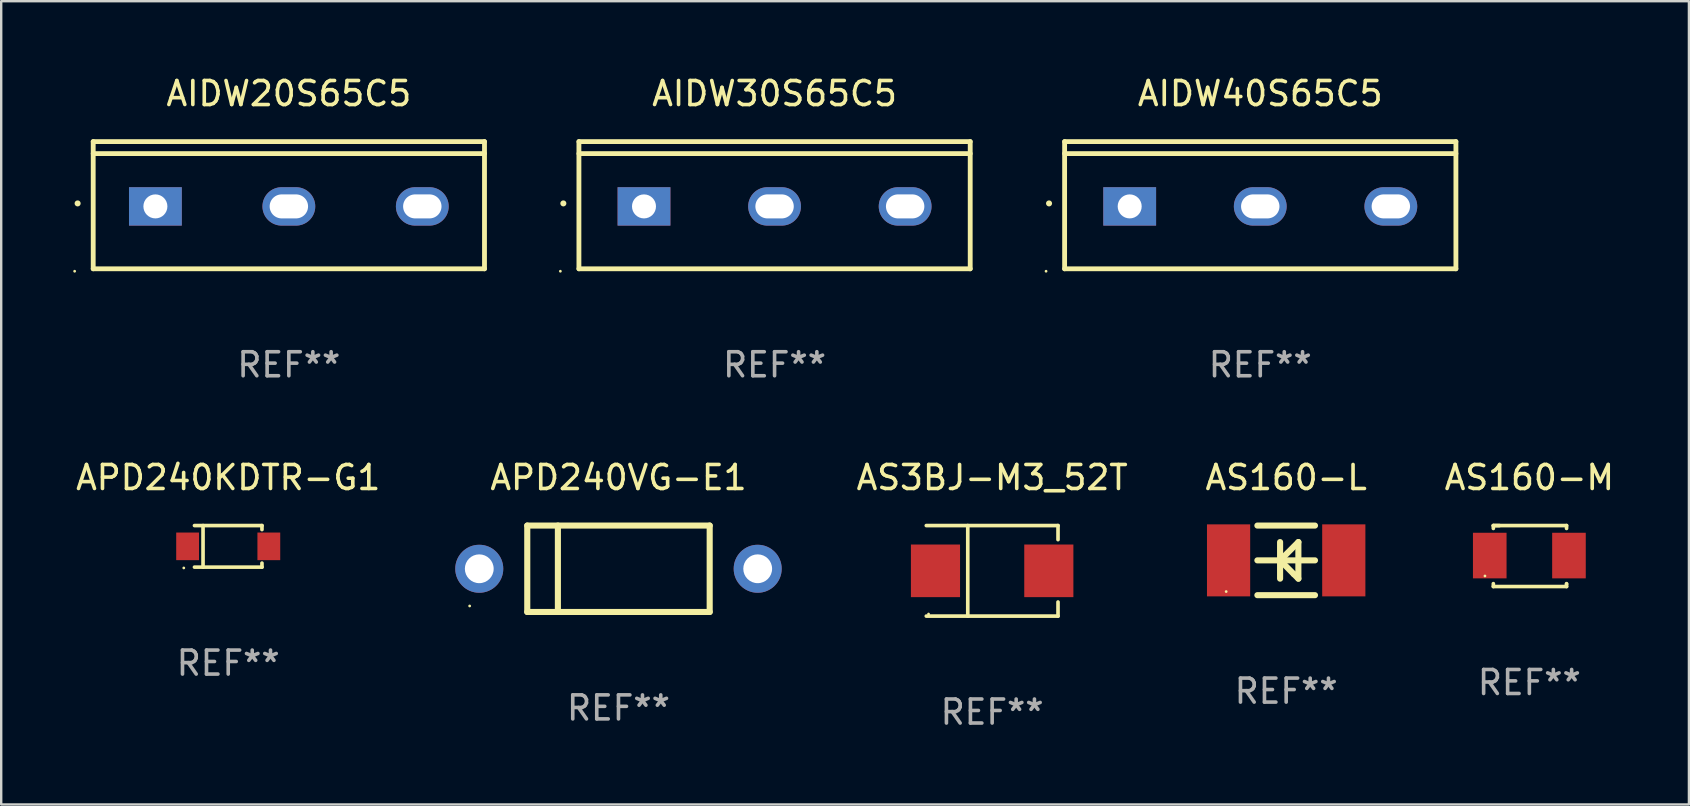
<source format=kicad_pcb>
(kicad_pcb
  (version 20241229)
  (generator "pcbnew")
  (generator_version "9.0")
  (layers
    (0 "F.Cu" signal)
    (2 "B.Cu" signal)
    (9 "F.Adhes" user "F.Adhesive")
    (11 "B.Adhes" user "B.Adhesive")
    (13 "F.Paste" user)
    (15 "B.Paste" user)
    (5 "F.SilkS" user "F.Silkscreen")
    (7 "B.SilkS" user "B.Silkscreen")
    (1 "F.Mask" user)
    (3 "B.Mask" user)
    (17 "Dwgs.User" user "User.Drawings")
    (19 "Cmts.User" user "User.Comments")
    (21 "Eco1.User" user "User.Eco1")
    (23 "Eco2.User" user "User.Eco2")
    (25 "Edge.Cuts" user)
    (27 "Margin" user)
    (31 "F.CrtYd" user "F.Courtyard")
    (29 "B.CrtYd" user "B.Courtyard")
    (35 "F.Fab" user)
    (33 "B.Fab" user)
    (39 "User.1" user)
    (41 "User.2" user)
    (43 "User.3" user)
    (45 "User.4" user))
  (footprint "AS160-M"
    (layer "F.Cu")
    (at 60.666 20.116)
    (property "Reference" "AS160-M" (at 0 -3.27 0) (layer "F.SilkS") (effects (font (size 1 1) (thickness 0.15))))
    (attr through_hole)
    (fp_line (start -1.5 -1.27) (end -1.247 -1.27) (stroke (width 0.152) (type solid)) (layer "F.SilkS"))
    (fp_line (start -1.5 -1.27) (end 1.55 -1.27) (stroke (width 0.152) (type solid)) (layer "F.SilkS"))
    (fp_line (start -1.5 -1.15) (end -1.5 -1.27) (stroke (width 0.152) (type solid)) (layer "F.SilkS"))
    (fp_line (start -1.5 1.27) (end -1.5 1.15) (stroke (width 0.152) (type solid)) (layer "F.SilkS"))
    (fp_line (start 1.55 -1.27) (end 1.55 -1.15) (stroke (width 0.152) (type solid)) (layer "F.SilkS"))
    (fp_line (start 1.55 1.15) (end 1.55 1.17) (stroke (width 0.152) (type solid)) (layer "F.SilkS"))
    (fp_line (start 1.55 1.17) (end 1.55 1.27) (stroke (width 0.152) (type solid)) (layer "F.SilkS"))
    (fp_line (start 1.55 1.27) (end -1.5 1.27) (stroke (width 0.152) (type solid)) (layer "F.SilkS"))
    (fp_circle (center -1.85 0.83) (end -1.82 0.83) (stroke (width 0.06) (type solid)) (fill no) (layer "F.SilkS"))
    (fp_text user "REF**" (at 0 5.27 0) (layer "F.Fab") (effects (font (size 1 1) (thickness 0.15))))
    (pad "1" smd rect (at -1.65 -0.02 180) (size 1.4 1.9) (layers "F.Cu" "F.Mask" "F.Paste"))
    (pad "2" smd rect (at 1.65 -0.02 180) (size 1.4 1.9) (layers "F.Cu" "F.Mask" "F.Paste")))
  (footprint "AIDW30S65C5"
    (layer "F.Cu")
    (at 29.22 5.499)
    (property "Reference" "AIDW30S65C5" (at 0 -4.65 0) (layer "F.SilkS") (effects (font (size 1 1) (thickness 0.15))))
    (attr through_hole)
    (fp_line (start -8.151 -2.65) (end -8.151 2.65) (stroke (width 0.201) (type solid)) (layer "F.SilkS"))
    (fp_line (start 8.151 -2.65) (end -8.151 -2.65) (stroke (width 0.201) (type solid)) (layer "F.SilkS"))
    (fp_line (start 8.151 -2.15) (end -8.151 -2.15) (stroke (width 0.201) (type solid)) (layer "F.SilkS"))
    (fp_line (start 8.151 2.65) (end -8.151 2.65) (stroke (width 0.201) (type solid)) (layer "F.SilkS"))
    (fp_line (start 8.151 2.65) (end 8.151 -2.65) (stroke (width 0.201) (type solid)) (layer "F.SilkS"))
    (fp_arc (start -8.801118 -0.074943) (mid -8.799848 -0.074949) (end -8.798578 -0.074943) (stroke (width 0.24892) (type solid)) (layer "F.SilkS"))
    (fp_circle (center -8.924 2.751) (end -8.894 2.751) (stroke (width 0.06) (type solid)) (fill no) (layer "F.SilkS"))
    (fp_text user "REF**" (at 0 6.65 0) (layer "F.Fab") (effects (font (size 1 1) (thickness 0.15))))
    (pad "1" thru_hole rect (at -5.44 0.05 90) (size 1.6 2.2) (drill 1) (layers "*.Cu" "*.Mask"))
    (pad "2" thru_hole oval (at 0 0.05 90) (size 1.6 2.2) (drill oval 1 1.6) (layers "*.Cu" "*.Mask"))
    (pad "3" thru_hole oval (at 5.44 0.05 90) (size 1.6 2.2) (drill oval 1 1.6) (layers "*.Cu" "*.Mask")))
  (footprint "APD240KDTR-G1"
    (layer "F.Cu")
    (at 6.458 19.712)
    (property "Reference" "APD240KDTR-G1" (at 0 -2.866 0) (layer "F.SilkS") (effects (font (size 1 1) (thickness 0.15))))
    (attr through_hole)
    (fp_line (start -1.406 -0.866) (end 1.406 -0.866) (stroke (width 0.152) (type solid)) (layer "F.SilkS"))
    (fp_line (start -1.406 0.866) (end 1.406 0.866) (stroke (width 0.152) (type solid)) (layer "F.SilkS"))
    (fp_line (start -1.049 -0.866) (end -1.049 0.866) (stroke (width 0.152) (type solid)) (layer "F.SilkS"))
    (fp_line (start 1.406 -0.866) (end 1.406 -0.698) (stroke (width 0.152) (type solid)) (layer "F.SilkS"))
    (fp_line (start 1.406 0.866) (end 1.406 0.698) (stroke (width 0.152) (type solid)) (layer "F.SilkS"))
    (fp_circle (center -1.851 0.9) (end -1.821 0.9) (stroke (width 0.06) (type solid)) (fill no) (layer "F.SilkS"))
    (fp_text user "REF**" (at 0 4.866 0) (layer "F.Fab") (effects (font (size 1 1) (thickness 0.15))))
    (pad "1" smd rect (at -1.692 0) (size 0.95 1.15) (layers "F.Cu" "F.Mask" "F.Paste"))
    (pad "2" smd rect (at 1.692 0) (size 0.95 1.15) (layers "F.Cu" "F.Mask" "F.Paste")))
  (footprint "AS3BJ-M3_52T"
    (layer "F.Cu")
    (at 38.285 20.732)
    (property "Reference" "AS3BJ-M3_52T" (at 0 -3.886 0) (layer "F.SilkS") (effects (font (size 1 1) (thickness 0.15))))
    (attr through_hole)
    (fp_line (start -2.744 -1.886) (end 2.744 -1.886) (stroke (width 0.152) (type solid)) (layer "F.SilkS"))
    (fp_line (start -2.744 1.886) (end 2.744 1.886) (stroke (width 0.152) (type solid)) (layer "F.SilkS"))
    (fp_line (start -1.016 -1.886) (end -1.016 1.886) (stroke (width 0.152) (type solid)) (layer "F.SilkS"))
    (fp_line (start 2.744 -1.886) (end 2.744 -1.299) (stroke (width 0.152) (type solid)) (layer "F.SilkS"))
    (fp_line (start 2.744 1.886) (end 2.744 1.299) (stroke (width 0.152) (type solid)) (layer "F.SilkS"))
    (fp_circle (center -2.65 1.8) (end -2.62 1.8) (stroke (width 0.06) (type solid)) (fill no) (layer "F.SilkS"))
    (fp_text user "REF**" (at 0 5.886 0) (layer "F.Fab") (effects (font (size 1 1) (thickness 0.15))))
    (pad "1" smd rect (at -2.361 0) (size 2.047 2.192) (layers "F.Cu" "F.Mask" "F.Paste"))
    (pad "2" smd rect (at 2.361 0) (size 2.047 2.192) (layers "F.Cu" "F.Mask" "F.Paste")))
  (footprint "APD240VG-E1"
    (layer "F.Cu")
    (at 22.717 20.646)
    (property "Reference" "APD240VG-E1" (at 0 -3.8 0) (layer "F.SilkS") (effects (font (size 1 1) (thickness 0.15))))
    (attr through_hole)
    (fp_line (start -3.8 -1.8) (end -3.8 1.8) (stroke (width 0.254) (type solid)) (layer "F.SilkS"))
    (fp_line (start -3.8 -1.8) (end 3.8 -1.8) (stroke (width 0.254) (type solid)) (layer "F.SilkS"))
    (fp_line (start -3.8 1.8) (end 3.8 1.8) (stroke (width 0.254) (type solid)) (layer "F.SilkS"))
    (fp_line (start -2.524 -1.8) (end -2.524 1.8) (stroke (width 0.254) (type solid)) (layer "F.SilkS"))
    (fp_line (start 3.8 -1.8) (end 3.8 1.8) (stroke (width 0.254) (type solid)) (layer "F.SilkS"))
    (fp_circle (center -6.2 1.55) (end -6.17 1.55) (stroke (width 0.06) (type solid)) (fill no) (layer "F.SilkS"))
    (fp_text user "REF**" (at 0 5.8 0) (layer "F.Fab") (effects (font (size 1 1) (thickness 0.15))))
    (pad "1" thru_hole circle (at -5.8 0) (size 2 2) (drill 1.2) (layers "*.Cu" "*.Mask"))
    (pad "2" thru_hole circle (at 5.8 0) (size 2 2) (drill 1.2) (layers "*.Cu" "*.Mask")))
  (footprint "AS160-L"
    (layer "F.Cu")
    (at 50.535 20.296)
    (property "Reference" "AS160-L" (at 0 -3.45 0) (layer "F.SilkS") (effects (font (size 1 1) (thickness 0.15))))
    (attr through_hole)
    (fp_line (start -1.2 -1.45) (end 1.2 -1.45) (stroke (width 0.254) (type solid)) (layer "F.SilkS"))
    (fp_line (start -1.2 0) (end 1.2 0) (stroke (width 0.254) (type solid)) (layer "F.SilkS"))
    (fp_line (start -1.2 1.45) (end 1.2 1.45) (stroke (width 0.254) (type solid)) (layer "F.SilkS"))
    (fp_line (start -0.254 0) (end 0.312 0.566) (stroke (width 0.254) (type solid)) (layer "F.SilkS"))
    (fp_line (start -0.254 0.762) (end -0.254 -0.762) (stroke (width 0.254) (type solid)) (layer "F.SilkS"))
    (fp_line (start 0.312 0.566) (end 0.508 0.762) (stroke (width 0.254) (type solid)) (layer "F.SilkS"))
    (fp_line (start 0.508 -0.762) (end -0.254 0) (stroke (width 0.254) (type solid)) (layer "F.SilkS"))
    (fp_line (start 0.508 0.762) (end 0.508 -0.762) (stroke (width 0.254) (type solid)) (layer "F.SilkS"))
    (fp_circle (center -2.5 1.3) (end -2.47 1.3) (stroke (width 0.06) (type solid)) (fill no) (layer "F.SilkS"))
    (fp_text user "REF**" (at 0 5.45 0) (layer "F.Fab") (effects (font (size 1 1) (thickness 0.15))))
    (pad "1" smd rect (at -2.4 0) (size 1.8 3) (layers "F.Cu" "F.Mask" "F.Paste"))
    (pad "2" smd rect (at 2.4 0) (size 1.8 3) (layers "F.Cu" "F.Mask" "F.Paste")))
  (footprint "AIDW20S65C5"
    (layer "F.Cu")
    (at 8.984 5.499)
    (property "Reference" "AIDW20S65C5" (at 0 -4.65 0) (layer "F.SilkS") (effects (font (size 1 1) (thickness 0.15))))
    (attr through_hole)
    (fp_line (start -8.151 -2.65) (end -8.151 2.65) (stroke (width 0.201) (type solid)) (layer "F.SilkS"))
    (fp_line (start 8.151 -2.65) (end -8.151 -2.65) (stroke (width 0.201) (type solid)) (layer "F.SilkS"))
    (fp_line (start 8.151 -2.15) (end -8.151 -2.15) (stroke (width 0.201) (type solid)) (layer "F.SilkS"))
    (fp_line (start 8.151 2.65) (end -8.151 2.65) (stroke (width 0.201) (type solid)) (layer "F.SilkS"))
    (fp_line (start 8.151 2.65) (end 8.151 -2.65) (stroke (width 0.201) (type solid)) (layer "F.SilkS"))
    (fp_arc (start -8.801118 -0.074943) (mid -8.799848 -0.074949) (end -8.798578 -0.074943) (stroke (width 0.24892) (type solid)) (layer "F.SilkS"))
    (fp_circle (center -8.924 2.751) (end -8.894 2.751) (stroke (width 0.06) (type solid)) (fill no) (layer "F.SilkS"))
    (fp_text user "REF**" (at 0 6.65 0) (layer "F.Fab") (effects (font (size 1 1) (thickness 0.15))))
    (pad "1" thru_hole rect (at -5.56 0.05 90) (size 1.6 2.2) (drill 1) (layers "*.Cu" "*.Mask"))
    (pad "2" thru_hole oval (at 0 0.05 90) (size 1.6 2.2) (drill oval 1 1.6) (layers "*.Cu" "*.Mask"))
    (pad "3" thru_hole oval (at 5.56 0.05 90) (size 1.6 2.2) (drill oval 1 1.6) (layers "*.Cu" "*.Mask")))
  (footprint "AIDW40S65C5"
    (layer "F.Cu")
    (at 49.455 5.499)
    (property "Reference" "AIDW40S65C5" (at 0 -4.65 0) (layer "F.SilkS") (effects (font (size 1 1) (thickness 0.15))))
    (attr through_hole)
    (fp_line (start -8.151 -2.65) (end -8.151 2.65) (stroke (width 0.201) (type solid)) (layer "F.SilkS"))
    (fp_line (start 8.151 -2.65) (end -8.151 -2.65) (stroke (width 0.201) (type solid)) (layer "F.SilkS"))
    (fp_line (start 8.151 -2.15) (end -8.151 -2.15) (stroke (width 0.201) (type solid)) (layer "F.SilkS"))
    (fp_line (start 8.151 2.65) (end -8.151 2.65) (stroke (width 0.201) (type solid)) (layer "F.SilkS"))
    (fp_line (start 8.151 2.65) (end 8.151 -2.65) (stroke (width 0.201) (type solid)) (layer "F.SilkS"))
    (fp_arc (start -8.801118 -0.074943) (mid -8.799848 -0.074949) (end -8.798578 -0.074943) (stroke (width 0.24892) (type solid)) (layer "F.SilkS"))
    (fp_circle (center -8.924 2.751) (end -8.894 2.751) (stroke (width 0.06) (type solid)) (fill no) (layer "F.SilkS"))
    (fp_text user "REF**" (at 0 6.65 0) (layer "F.Fab") (effects (font (size 1 1) (thickness 0.15))))
    (pad "1" thru_hole rect (at -5.44 0.05 90) (size 1.6 2.2) (drill 1) (layers "*.Cu" "*.Mask"))
    (pad "2" thru_hole oval (at 0 0.05 90) (size 1.6 2.2) (drill oval 1 1.6) (layers "*.Cu" "*.Mask"))
    (pad "3" thru_hole oval (at 5.44 0.05 90) (size 1.6 2.2) (drill oval 1 1.6) (layers "*.Cu" "*.Mask")))
  (gr_rect
    (start -3 -3)
    (end 67.314 30.466)
    (stroke (width 0.1) (type default))
    (fill no)
    (layer "Edge.Cuts")))
</source>
